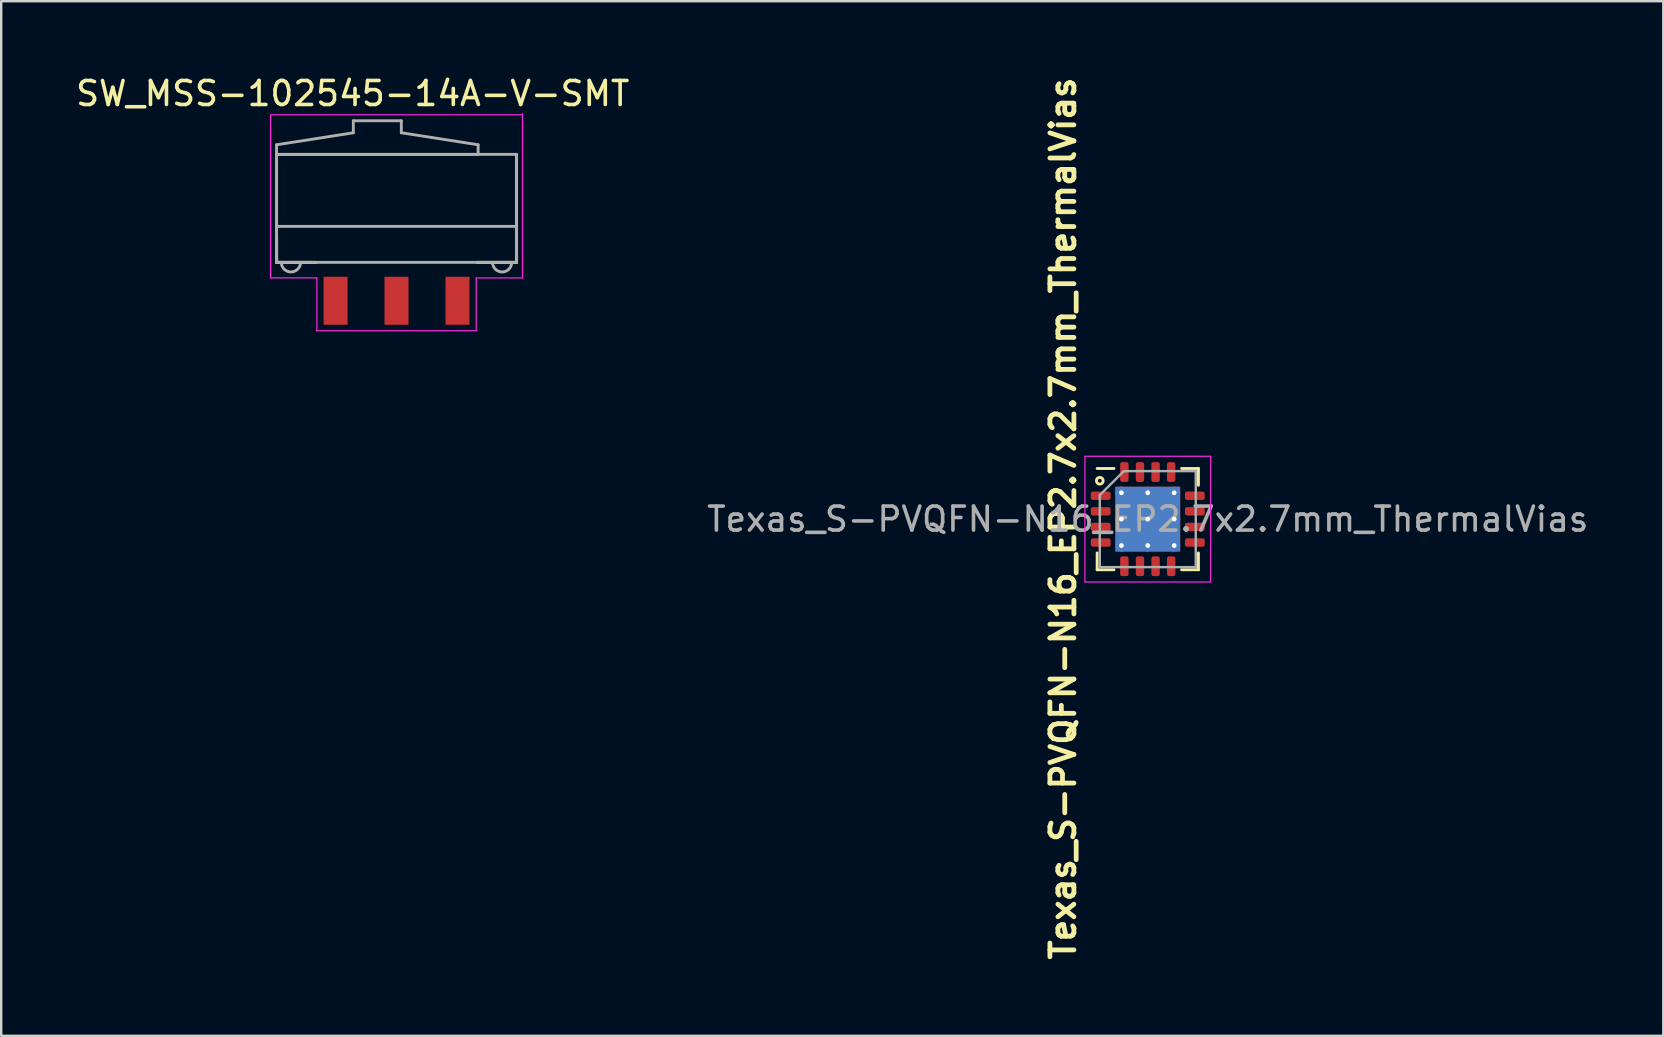
<source format=kicad_pcb>
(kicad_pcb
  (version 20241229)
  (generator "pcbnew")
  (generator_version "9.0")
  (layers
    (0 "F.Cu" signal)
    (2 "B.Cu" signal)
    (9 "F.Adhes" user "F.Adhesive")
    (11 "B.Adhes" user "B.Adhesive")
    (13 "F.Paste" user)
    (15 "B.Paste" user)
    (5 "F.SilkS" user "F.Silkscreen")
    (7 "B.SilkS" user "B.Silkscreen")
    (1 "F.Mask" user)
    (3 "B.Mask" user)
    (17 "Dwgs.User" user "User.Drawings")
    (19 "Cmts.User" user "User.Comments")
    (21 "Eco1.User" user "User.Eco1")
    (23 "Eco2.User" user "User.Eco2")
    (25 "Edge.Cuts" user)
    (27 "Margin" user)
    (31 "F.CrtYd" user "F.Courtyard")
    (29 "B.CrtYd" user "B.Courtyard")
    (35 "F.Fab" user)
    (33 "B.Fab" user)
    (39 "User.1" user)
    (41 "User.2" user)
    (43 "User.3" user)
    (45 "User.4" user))
  (footprint "Texas_S-PVQFN-N16_EP2.7x2.7mm_ThermalVias"
    (layer "F.Cu")
    (at 44.78 18.583)
    (property "Reference" "Texas_S-PVQFN-N16_EP2.7x2.7mm_ThermalVias" (at -3.531 -0.025 90) (layer "F.SilkS") (effects (font (size 1 1) (thickness 0.2))))
    (attr smd)
    (fp_line (start -2.11 2.11) (end -2.11 1.41) (stroke (width 0.12) (type solid)) (layer "F.SilkS"))
    (fp_line (start -1.41 -2.11) (end -2.11 -2.11) (stroke (width 0.12) (type solid)) (layer "F.SilkS"))
    (fp_line (start -1.41 2.11) (end -2.11 2.11) (stroke (width 0.12) (type solid)) (layer "F.SilkS"))
    (fp_line (start 1.41 -2.11) (end 2.11 -2.11) (stroke (width 0.12) (type solid)) (layer "F.SilkS"))
    (fp_line (start 1.41 2.11) (end 2.11 2.11) (stroke (width 0.12) (type solid)) (layer "F.SilkS"))
    (fp_line (start 2.11 -2.11) (end 2.11 -1.41) (stroke (width 0.12) (type solid)) (layer "F.SilkS"))
    (fp_line (start 2.11 2.11) (end 2.11 1.41) (stroke (width 0.12) (type solid)) (layer "F.SilkS"))
    (fp_circle (center -2 -1.6) (end -1.859 -1.6) (stroke (width 0.12) (type solid)) (fill no) (layer "F.SilkS"))
    (fp_line (start -2.62 -2.62) (end -2.62 2.62) (stroke (width 0.05) (type solid)) (layer "F.CrtYd"))
    (fp_line (start -2.62 2.62) (end 2.62 2.62) (stroke (width 0.05) (type solid)) (layer "F.CrtYd"))
    (fp_line (start 2.62 -2.62) (end -2.62 -2.62) (stroke (width 0.05) (type solid)) (layer "F.CrtYd"))
    (fp_line (start 2.62 2.62) (end 2.62 -2.62) (stroke (width 0.05) (type solid)) (layer "F.CrtYd"))
    (fp_line (start -2 -1) (end -1 -2) (stroke (width 0.1) (type solid)) (layer "F.Fab"))
    (fp_line (start -2 2) (end -2 -1) (stroke (width 0.1) (type solid)) (layer "F.Fab"))
    (fp_line (start -1 -2) (end 2 -2) (stroke (width 0.1) (type solid)) (layer "F.Fab"))
    (fp_line (start 2 -2) (end 2 2) (stroke (width 0.1) (type solid)) (layer "F.Fab"))
    (fp_line (start 2 2) (end -2 2) (stroke (width 0.1) (type solid)) (layer "F.Fab"))
    (fp_text user "${REFERENCE}" (at 0 0 0) (layer "F.Fab") (effects (font (size 1 1) (thickness 0.15))))
    (pad "" smd roundrect (at -0.55 -0.55) (size 0.955 0.955) (layers "F.Paste") (roundrect_rratio 0.25))
    (pad "" smd roundrect (at -0.55 0.55) (size 0.955 0.955) (layers "F.Paste") (roundrect_rratio 0.25))
    (pad "" smd roundrect (at 0.55 -0.55) (size 0.955 0.955) (layers "F.Paste") (roundrect_rratio 0.25))
    (pad "" smd roundrect (at 0.55 0.55) (size 0.955 0.955) (layers "F.Paste") (roundrect_rratio 0.25))
    (pad "1" smd roundrect (at -1.962 -0.975) (size 0.825 0.35) (layers "F.Cu" "F.Mask" "F.Paste") (roundrect_rratio 0.25))
    (pad "2" smd roundrect (at -1.962 -0.325) (size 0.825 0.35) (layers "F.Cu" "F.Mask" "F.Paste") (roundrect_rratio 0.25))
    (pad "3" smd roundrect (at -1.962 0.325) (size 0.825 0.35) (layers "F.Cu" "F.Mask" "F.Paste") (roundrect_rratio 0.25))
    (pad "4" smd roundrect (at -1.962 0.975) (size 0.825 0.35) (layers "F.Cu" "F.Mask" "F.Paste") (roundrect_rratio 0.25))
    (pad "5" smd roundrect (at -0.975 1.962) (size 0.35 0.825) (layers "F.Cu" "F.Mask" "F.Paste") (roundrect_rratio 0.25))
    (pad "6" smd roundrect (at -0.325 1.962) (size 0.35 0.825) (layers "F.Cu" "F.Mask" "F.Paste") (roundrect_rratio 0.25))
    (pad "7" smd roundrect (at 0.325 1.962) (size 0.35 0.825) (layers "F.Cu" "F.Mask" "F.Paste") (roundrect_rratio 0.25))
    (pad "8" smd roundrect (at 0.975 1.962) (size 0.35 0.825) (layers "F.Cu" "F.Mask" "F.Paste") (roundrect_rratio 0.25))
    (pad "9" smd roundrect (at 1.962 0.975) (size 0.825 0.35) (layers "F.Cu" "F.Mask" "F.Paste") (roundrect_rratio 0.25))
    (pad "10" smd roundrect (at 1.962 0.325) (size 0.825 0.35) (layers "F.Cu" "F.Mask" "F.Paste") (roundrect_rratio 0.25))
    (pad "11" smd roundrect (at 1.962 -0.325) (size 0.825 0.35) (layers "F.Cu" "F.Mask" "F.Paste") (roundrect_rratio 0.25))
    (pad "12" smd roundrect (at 1.962 -0.975) (size 0.825 0.35) (layers "F.Cu" "F.Mask" "F.Paste") (roundrect_rratio 0.25))
    (pad "13" smd roundrect (at 0.975 -1.962) (size 0.35 0.825) (layers "F.Cu" "F.Mask" "F.Paste") (roundrect_rratio 0.25))
    (pad "14" smd roundrect (at 0.325 -1.962) (size 0.35 0.825) (layers "F.Cu" "F.Mask" "F.Paste") (roundrect_rratio 0.25))
    (pad "15" smd roundrect (at -0.325 -1.962) (size 0.35 0.825) (layers "F.Cu" "F.Mask" "F.Paste") (roundrect_rratio 0.25))
    (pad "16" smd roundrect (at -0.975 -1.962) (size 0.35 0.825) (layers "F.Cu" "F.Mask" "F.Paste") (roundrect_rratio 0.25))
    (pad "17" thru_hole circle (at -1.1 -1.1) (size 0.5 0.5) (drill 0.2) (layers "*.Cu"))
    (pad "17" thru_hole circle (at -1.1 0) (size 0.5 0.5) (drill 0.2) (layers "*.Cu"))
    (pad "17" thru_hole circle (at -1.1 1.1) (size 0.5 0.5) (drill 0.2) (layers "*.Cu"))
    (pad "17" thru_hole circle (at 0 -1.1) (size 0.5 0.5) (drill 0.2) (layers "*.Cu"))
    (pad "17" thru_hole circle (at 0 0) (size 0.5 0.5) (drill 0.2) (layers "*.Cu"))
    (pad "17" smd rect (at 0 0) (size 2.7 2.7) (layers "F.Cu" "F.Mask"))
    (pad "17" smd rect (at 0 0) (size 2.7 2.7) (layers "B.Cu"))
    (pad "17" thru_hole circle (at 0 1.1) (size 0.5 0.5) (drill 0.2) (layers "*.Cu"))
    (pad "17" thru_hole circle (at 1.1 -1.1) (size 0.5 0.5) (drill 0.2) (layers "*.Cu"))
    (pad "17" thru_hole circle (at 1.1 0) (size 0.5 0.5) (drill 0.2) (layers "*.Cu"))
    (pad "17" thru_hole circle (at 1.1 1.1) (size 0.5 0.5) (drill 0.2) (layers "*.Cu")))
  (footprint "SW_MSS-102545-14A-V-SMT"
    (layer "F.Cu")
    (at 13.474 9.483)
    (property "Reference" "SW_MSS-102545-14A-V-SMT" (at -1.825 -8.635 0) (layer "F.SilkS") (effects (font (size 1 1) (thickness 0.15))))
    (attr through_hole)
    (fp_line (start -5 -2.6) (end -5 -1.6) (stroke (width 0.127) (type solid)) (layer "F.SilkS"))
    (fp_line (start -3.36 -1.6) (end -5 -1.6) (stroke (width 0.127) (type solid)) (layer "F.SilkS"))
    (fp_line (start 5 -2.6) (end 5 -1.6) (stroke (width 0.127) (type solid)) (layer "F.SilkS"))
    (fp_line (start 5 -1.6) (end 3.36 -1.6) (stroke (width 0.127) (type solid)) (layer "F.SilkS"))
    (fp_line (start -5.25 -7.74) (end -5.25 -0.953) (stroke (width 0.05) (type solid)) (layer "F.CrtYd"))
    (fp_line (start -5.25 -0.953) (end -3.32 -0.953) (stroke (width 0.05) (type solid)) (layer "F.CrtYd"))
    (fp_line (start -3.32 1.25) (end -3.32 -0.953) (stroke (width 0.05) (type solid)) (layer "F.CrtYd"))
    (fp_line (start -3.32 1.25) (end 3.32 1.25) (stroke (width 0.05) (type solid)) (layer "F.CrtYd"))
    (fp_line (start 3.32 -0.95) (end 5.25 -0.95) (stroke (width 0.05) (type solid)) (layer "F.CrtYd"))
    (fp_line (start 3.32 1.25) (end 3.32 -0.95) (stroke (width 0.05) (type solid)) (layer "F.CrtYd"))
    (fp_line (start 5.25 -7.75) (end -5.25 -7.75) (stroke (width 0.05) (type solid)) (layer "F.CrtYd"))
    (fp_line (start 5.25 -0.95) (end 5.25 -7.8) (stroke (width 0.05) (type solid)) (layer "F.CrtYd"))
    (fp_line (start -5 -6.5) (end -1.8 -7) (stroke (width 0.12) (type solid)) (layer "F.Fab"))
    (fp_line (start -5 -6.1) (end -5 -6.5) (stroke (width 0.12) (type solid)) (layer "F.Fab"))
    (fp_line (start -5 -6.1) (end 5 -6.1) (stroke (width 0.12) (type solid)) (layer "F.Fab"))
    (fp_line (start -5 -3.1) (end 5 -3.1) (stroke (width 0.12) (type solid)) (layer "F.Fab"))
    (fp_line (start -5 -1.6) (end -5 -6.1) (stroke (width 0.127) (type solid)) (layer "F.Fab"))
    (fp_line (start -1.8 -7.5) (end 0.2 -7.5) (stroke (width 0.12) (type solid)) (layer "F.Fab"))
    (fp_line (start -1.8 -7) (end -1.8 -7.5) (stroke (width 0.12) (type solid)) (layer "F.Fab"))
    (fp_line (start 0.2 -7.5) (end 0.2 -7) (stroke (width 0.12) (type solid)) (layer "F.Fab"))
    (fp_line (start 0.2 -7) (end 3.4 -6.5) (stroke (width 0.12) (type solid)) (layer "F.Fab"))
    (fp_line (start 3.4 -6.5) (end 3.4 -6.1) (stroke (width 0.12) (type solid)) (layer "F.Fab"))
    (fp_line (start 3.4 -6.1) (end -5 -6.1) (stroke (width 0.12) (type solid)) (layer "F.Fab"))
    (fp_line (start 5 -6.1) (end 5 -1.6) (stroke (width 0.127) (type solid)) (layer "F.Fab"))
    (fp_line (start 5 -1.6) (end -5 -1.6) (stroke (width 0.12) (type solid)) (layer "F.Fab"))
    (fp_arc (start -4 -1.6) (mid -4.4 -1.2) (end -4.8 -1.6) (stroke (width 0.12) (type solid)) (layer "F.Fab"))
    (fp_arc (start 4.8 -1.6) (mid 4.4 -1.2) (end 4 -1.6) (stroke (width 0.12) (type solid)) (layer "F.Fab"))
    (pad "1" smd rect (at 0 0) (size 1 2) (layers "F.Cu" "F.Mask" "F.Paste"))
    (pad "2" smd rect (at -2.54 0) (size 1 2) (layers "F.Cu" "F.Mask" "F.Paste"))
    (pad "3" smd rect (at 2.54 0) (size 1 2) (layers "F.Cu" "F.Mask" "F.Paste")))
  (gr_rect
    (start -3 -3)
    (end 66.262 40.114)
    (stroke (width 0.1) (type default))
    (fill no)
    (layer "Edge.Cuts")))
</source>
